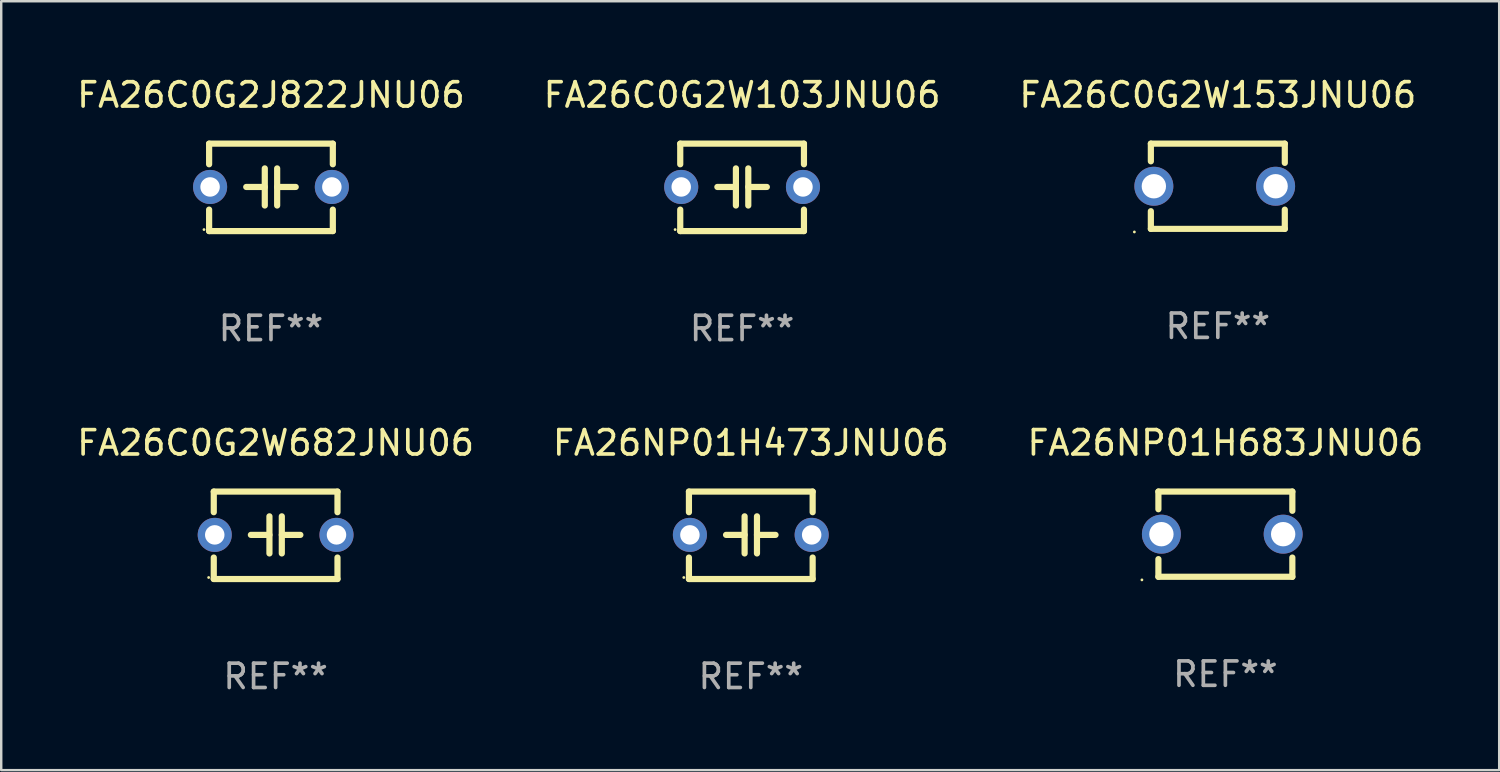
<source format=kicad_pcb>
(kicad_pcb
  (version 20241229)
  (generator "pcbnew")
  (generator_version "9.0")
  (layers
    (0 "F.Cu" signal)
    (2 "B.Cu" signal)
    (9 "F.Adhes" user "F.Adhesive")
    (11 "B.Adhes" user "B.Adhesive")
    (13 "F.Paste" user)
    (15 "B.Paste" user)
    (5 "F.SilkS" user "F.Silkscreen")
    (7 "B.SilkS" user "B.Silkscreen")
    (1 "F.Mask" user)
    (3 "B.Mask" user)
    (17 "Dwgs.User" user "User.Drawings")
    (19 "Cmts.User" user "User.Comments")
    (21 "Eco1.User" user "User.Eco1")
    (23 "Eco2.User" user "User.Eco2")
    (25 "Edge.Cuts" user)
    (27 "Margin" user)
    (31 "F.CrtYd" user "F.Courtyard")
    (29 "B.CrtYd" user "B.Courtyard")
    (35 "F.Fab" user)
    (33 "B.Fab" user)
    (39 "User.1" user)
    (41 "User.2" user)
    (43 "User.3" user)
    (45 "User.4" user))
  (footprint "FA26C0G2W103JNU06"
    (layer "F.Cu")
    (at 27.423 4.644)
    (property "Reference" "FA26C0G2W103JNU06" (at 0 -3.795 0) (layer "F.SilkS") (effects (font (size 1 1) (thickness 0.15))))
    (attr through_hole)
    (fp_line (start -2.54 -1.795) (end 2.54 -1.795) (stroke (width 0.254) (type solid)) (layer "F.SilkS"))
    (fp_line (start -2.54 -0.948) (end -2.54 -1.795) (stroke (width 0.254) (type solid)) (layer "F.SilkS"))
    (fp_line (start -2.54 1.795) (end -2.54 0.913) (stroke (width 0.254) (type solid)) (layer "F.SilkS"))
    (fp_line (start -1.016 -0.017) (end -0.254 -0.017) (stroke (width 0.254) (type solid)) (layer "F.SilkS"))
    (fp_line (start -0.254 0.745) (end -0.254 -0.779) (stroke (width 0.254) (type solid)) (layer "F.SilkS"))
    (fp_line (start 0.254 -0.779) (end 0.254 0.745) (stroke (width 0.254) (type solid)) (layer "F.SilkS"))
    (fp_line (start 1.016 -0.017) (end 0.254 -0.017) (stroke (width 0.254) (type solid)) (layer "F.SilkS"))
    (fp_line (start 2.54 -1.795) (end 2.54 -0.948) (stroke (width 0.254) (type solid)) (layer "F.SilkS"))
    (fp_line (start 2.54 1.795) (end -2.54 1.795) (stroke (width 0.254) (type solid)) (layer "F.SilkS"))
    (fp_line (start 2.54 1.795) (end 2.54 0.913) (stroke (width 0.254) (type solid)) (layer "F.SilkS"))
    (fp_circle (center -2.75 1.733) (end -2.72 1.733) (stroke (width 0.06) (type solid)) (fill no) (layer "F.SilkS"))
    (fp_text user "REF**" (at 0 5.795 0) (layer "F.Fab") (effects (font (size 1 1) (thickness 0.15))))
    (pad "1" thru_hole circle (at -2.5 -0.017) (size 1.4 1.4) (drill 0.8) (layers "*.Cu" "*.Mask"))
    (pad "2" thru_hole circle (at 2.5 -0.017) (size 1.4 1.4) (drill 0.8) (layers "*.Cu" "*.Mask")))
  (footprint "FA26C0G2J822JNU06"
    (layer "F.Cu")
    (at 8.077 4.644)
    (property "Reference" "FA26C0G2J822JNU06" (at 0 -3.795 0) (layer "F.SilkS") (effects (font (size 1 1) (thickness 0.15))))
    (attr through_hole)
    (fp_line (start -2.54 -1.795) (end 2.54 -1.795) (stroke (width 0.254) (type solid)) (layer "F.SilkS"))
    (fp_line (start -2.54 -0.948) (end -2.54 -1.795) (stroke (width 0.254) (type solid)) (layer "F.SilkS"))
    (fp_line (start -2.54 1.795) (end -2.54 0.913) (stroke (width 0.254) (type solid)) (layer "F.SilkS"))
    (fp_line (start -1.016 -0.017) (end -0.254 -0.017) (stroke (width 0.254) (type solid)) (layer "F.SilkS"))
    (fp_line (start -0.254 0.745) (end -0.254 -0.779) (stroke (width 0.254) (type solid)) (layer "F.SilkS"))
    (fp_line (start 0.254 -0.779) (end 0.254 0.745) (stroke (width 0.254) (type solid)) (layer "F.SilkS"))
    (fp_line (start 1.016 -0.017) (end 0.254 -0.017) (stroke (width 0.254) (type solid)) (layer "F.SilkS"))
    (fp_line (start 2.54 -1.795) (end 2.54 -0.948) (stroke (width 0.254) (type solid)) (layer "F.SilkS"))
    (fp_line (start 2.54 1.795) (end -2.54 1.795) (stroke (width 0.254) (type solid)) (layer "F.SilkS"))
    (fp_line (start 2.54 1.795) (end 2.54 0.913) (stroke (width 0.254) (type solid)) (layer "F.SilkS"))
    (fp_circle (center -2.75 1.733) (end -2.72 1.733) (stroke (width 0.06) (type solid)) (fill no) (layer "F.SilkS"))
    (fp_text user "REF**" (at 0 5.795 0) (layer "F.Fab") (effects (font (size 1 1) (thickness 0.15))))
    (pad "1" thru_hole circle (at -2.5 -0.017) (size 1.4 1.4) (drill 0.8) (layers "*.Cu" "*.Mask"))
    (pad "2" thru_hole circle (at 2.5 -0.017) (size 1.4 1.4) (drill 0.8) (layers "*.Cu" "*.Mask")))
  (footprint "FA26NP01H473JNU06"
    (layer "F.Cu")
    (at 27.78 18.931)
    (property "Reference" "FA26NP01H473JNU06" (at 0 -3.795 0) (layer "F.SilkS") (effects (font (size 1 1) (thickness 0.15))))
    (attr through_hole)
    (fp_line (start -2.54 -1.795) (end 2.54 -1.795) (stroke (width 0.254) (type solid)) (layer "F.SilkS"))
    (fp_line (start -2.54 -0.948) (end -2.54 -1.795) (stroke (width 0.254) (type solid)) (layer "F.SilkS"))
    (fp_line (start -2.54 1.795) (end -2.54 0.913) (stroke (width 0.254) (type solid)) (layer "F.SilkS"))
    (fp_line (start -1.016 -0.017) (end -0.254 -0.017) (stroke (width 0.254) (type solid)) (layer "F.SilkS"))
    (fp_line (start -0.254 0.745) (end -0.254 -0.779) (stroke (width 0.254) (type solid)) (layer "F.SilkS"))
    (fp_line (start 0.254 -0.779) (end 0.254 0.745) (stroke (width 0.254) (type solid)) (layer "F.SilkS"))
    (fp_line (start 1.016 -0.017) (end 0.254 -0.017) (stroke (width 0.254) (type solid)) (layer "F.SilkS"))
    (fp_line (start 2.54 -1.795) (end 2.54 -0.948) (stroke (width 0.254) (type solid)) (layer "F.SilkS"))
    (fp_line (start 2.54 1.795) (end -2.54 1.795) (stroke (width 0.254) (type solid)) (layer "F.SilkS"))
    (fp_line (start 2.54 1.795) (end 2.54 0.913) (stroke (width 0.254) (type solid)) (layer "F.SilkS"))
    (fp_circle (center -2.75 1.733) (end -2.72 1.733) (stroke (width 0.06) (type solid)) (fill no) (layer "F.SilkS"))
    (fp_text user "REF**" (at 0 5.795 0) (layer "F.Fab") (effects (font (size 1 1) (thickness 0.15))))
    (pad "1" thru_hole circle (at -2.5 -0.017) (size 1.4 1.4) (drill 0.8) (layers "*.Cu" "*.Mask"))
    (pad "2" thru_hole circle (at 2.5 -0.017) (size 1.4 1.4) (drill 0.8) (layers "*.Cu" "*.Mask")))
  (footprint "FA26NP01H683JNU06"
    (layer "F.Cu")
    (at 47.268 18.885)
    (property "Reference" "FA26NP01H683JNU06" (at 0 -3.75 0) (layer "F.SilkS") (effects (font (size 1 1) (thickness 0.15))))
    (attr through_hole)
    (fp_line (start -2.75 -1.75) (end -2.75 -1.024) (stroke (width 0.254) (type solid)) (layer "F.SilkS"))
    (fp_line (start -2.75 -1.75) (end 2.75 -1.75) (stroke (width 0.254) (type solid)) (layer "F.SilkS"))
    (fp_line (start -2.75 1.024) (end -2.75 1.75) (stroke (width 0.254) (type solid)) (layer "F.SilkS"))
    (fp_line (start 2.75 -1.75) (end 2.75 -0.96) (stroke (width 0.254) (type solid)) (layer "F.SilkS"))
    (fp_line (start 2.75 0.96) (end 2.75 1.75) (stroke (width 0.254) (type solid)) (layer "F.SilkS"))
    (fp_line (start 2.75 1.75) (end -2.75 1.75) (stroke (width 0.254) (type solid)) (layer "F.SilkS"))
    (fp_circle (center -3.427 1.877) (end -3.397 1.877) (stroke (width 0.06) (type solid)) (fill no) (layer "F.SilkS"))
    (fp_text user "REF**" (at 0 5.75 0) (layer "F.Fab") (effects (font (size 1 1) (thickness 0.15))))
    (pad "1" thru_hole circle (at -2.627 0) (size 1.6 1.6) (drill 1) (layers "*.Cu" "*.Mask"))
    (pad "2" thru_hole circle (at 2.373 0) (size 1.6 1.6) (drill 1) (layers "*.Cu" "*.Mask")))
  (footprint "FA26C0G2W682JNU06"
    (layer "F.Cu")
    (at 8.268 18.931)
    (property "Reference" "FA26C0G2W682JNU06" (at 0 -3.795 0) (layer "F.SilkS") (effects (font (size 1 1) (thickness 0.15))))
    (attr through_hole)
    (fp_line (start -2.54 -1.795) (end 2.54 -1.795) (stroke (width 0.254) (type solid)) (layer "F.SilkS"))
    (fp_line (start -2.54 -0.948) (end -2.54 -1.795) (stroke (width 0.254) (type solid)) (layer "F.SilkS"))
    (fp_line (start -2.54 1.795) (end -2.54 0.913) (stroke (width 0.254) (type solid)) (layer "F.SilkS"))
    (fp_line (start -1.016 -0.017) (end -0.254 -0.017) (stroke (width 0.254) (type solid)) (layer "F.SilkS"))
    (fp_line (start -0.254 0.745) (end -0.254 -0.779) (stroke (width 0.254) (type solid)) (layer "F.SilkS"))
    (fp_line (start 0.254 -0.779) (end 0.254 0.745) (stroke (width 0.254) (type solid)) (layer "F.SilkS"))
    (fp_line (start 1.016 -0.017) (end 0.254 -0.017) (stroke (width 0.254) (type solid)) (layer "F.SilkS"))
    (fp_line (start 2.54 -1.795) (end 2.54 -0.948) (stroke (width 0.254) (type solid)) (layer "F.SilkS"))
    (fp_line (start 2.54 1.795) (end -2.54 1.795) (stroke (width 0.254) (type solid)) (layer "F.SilkS"))
    (fp_line (start 2.54 1.795) (end 2.54 0.913) (stroke (width 0.254) (type solid)) (layer "F.SilkS"))
    (fp_circle (center -2.75 1.733) (end -2.72 1.733) (stroke (width 0.06) (type solid)) (fill no) (layer "F.SilkS"))
    (fp_text user "REF**" (at 0 5.795 0) (layer "F.Fab") (effects (font (size 1 1) (thickness 0.15))))
    (pad "1" thru_hole circle (at -2.5 -0.017) (size 1.4 1.4) (drill 0.8) (layers "*.Cu" "*.Mask"))
    (pad "2" thru_hole circle (at 2.5 -0.017) (size 1.4 1.4) (drill 0.8) (layers "*.Cu" "*.Mask")))
  (footprint "FA26C0G2W153JNU06"
    (layer "F.Cu")
    (at 46.958 4.598)
    (property "Reference" "FA26C0G2W153JNU06" (at 0 -3.75 0) (layer "F.SilkS") (effects (font (size 1 1) (thickness 0.15))))
    (attr through_hole)
    (fp_line (start -2.75 -1.75) (end -2.75 -1.024) (stroke (width 0.254) (type solid)) (layer "F.SilkS"))
    (fp_line (start -2.75 -1.75) (end 2.75 -1.75) (stroke (width 0.254) (type solid)) (layer "F.SilkS"))
    (fp_line (start -2.75 1.024) (end -2.75 1.75) (stroke (width 0.254) (type solid)) (layer "F.SilkS"))
    (fp_line (start 2.75 -1.75) (end 2.75 -0.96) (stroke (width 0.254) (type solid)) (layer "F.SilkS"))
    (fp_line (start 2.75 0.96) (end 2.75 1.75) (stroke (width 0.254) (type solid)) (layer "F.SilkS"))
    (fp_line (start 2.75 1.75) (end -2.75 1.75) (stroke (width 0.254) (type solid)) (layer "F.SilkS"))
    (fp_circle (center -3.427 1.877) (end -3.397 1.877) (stroke (width 0.06) (type solid)) (fill no) (layer "F.SilkS"))
    (fp_text user "REF**" (at 0 5.75 0) (layer "F.Fab") (effects (font (size 1 1) (thickness 0.15))))
    (pad "1" thru_hole circle (at -2.627 0) (size 1.6 1.6) (drill 1) (layers "*.Cu" "*.Mask"))
    (pad "2" thru_hole circle (at 2.373 0) (size 1.6 1.6) (drill 1) (layers "*.Cu" "*.Mask")))
  (gr_rect
    (start -3 -3)
    (end 58.512 28.574)
    (stroke (width 0.1) (type default))
    (fill no)
    (layer "Edge.Cuts")))
</source>
